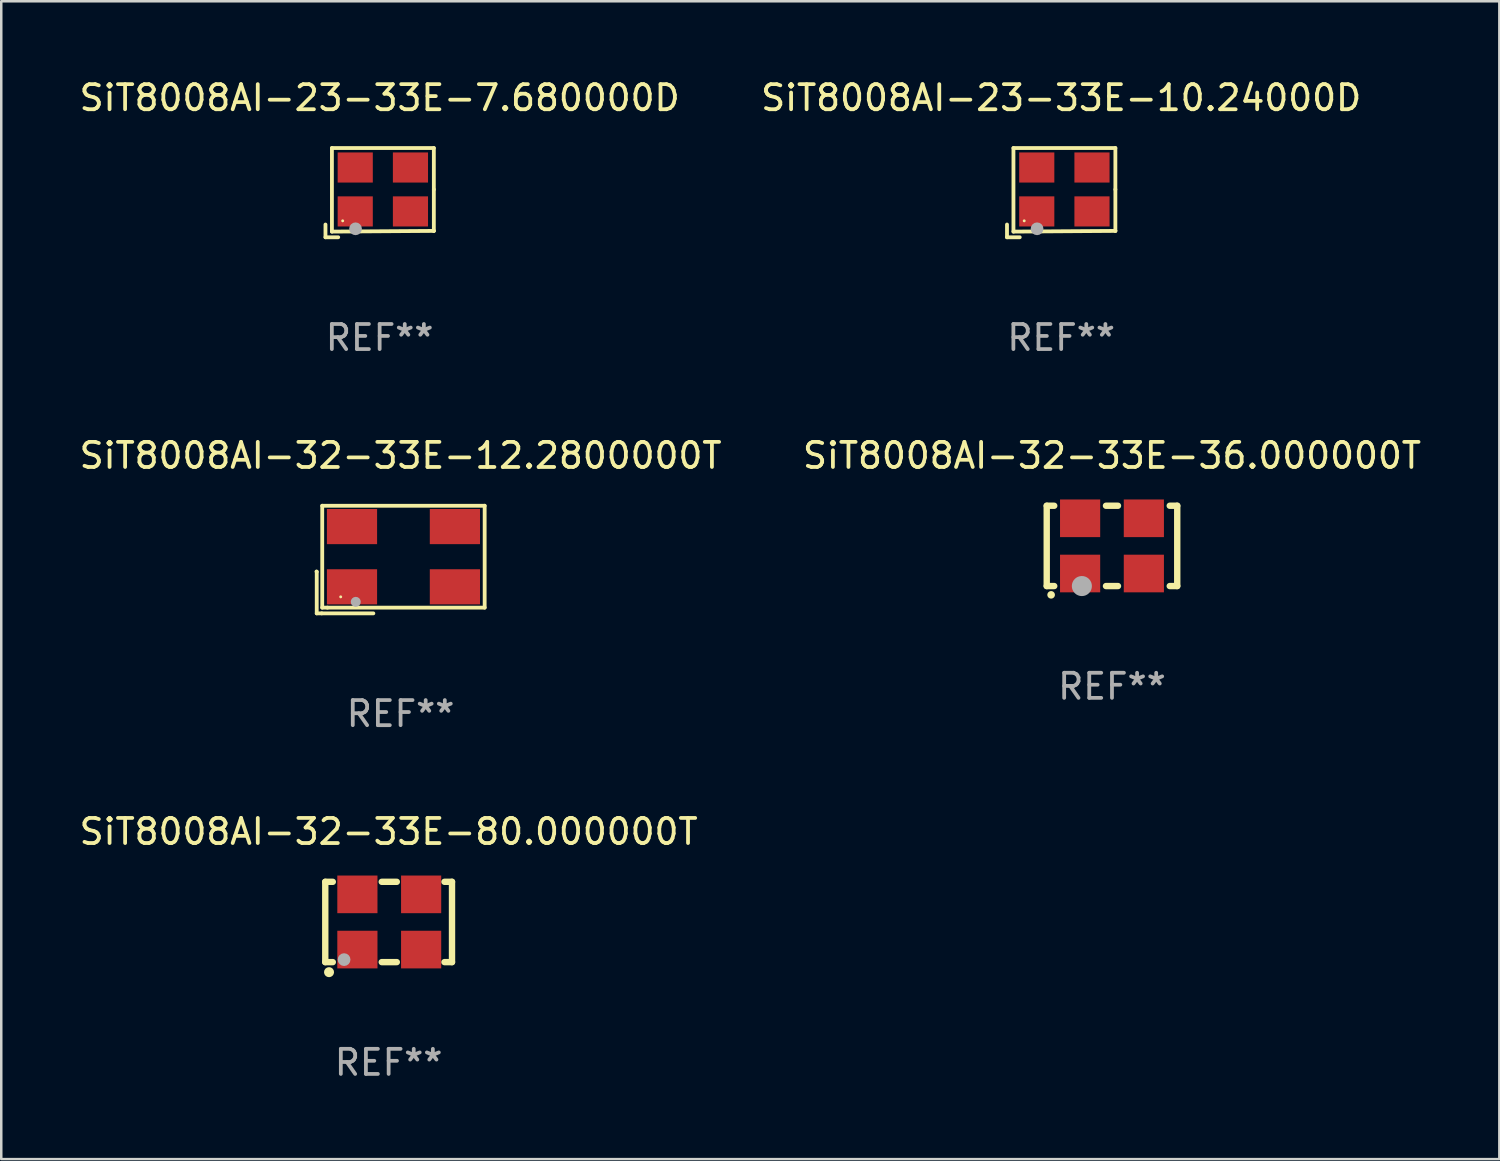
<source format=kicad_pcb>
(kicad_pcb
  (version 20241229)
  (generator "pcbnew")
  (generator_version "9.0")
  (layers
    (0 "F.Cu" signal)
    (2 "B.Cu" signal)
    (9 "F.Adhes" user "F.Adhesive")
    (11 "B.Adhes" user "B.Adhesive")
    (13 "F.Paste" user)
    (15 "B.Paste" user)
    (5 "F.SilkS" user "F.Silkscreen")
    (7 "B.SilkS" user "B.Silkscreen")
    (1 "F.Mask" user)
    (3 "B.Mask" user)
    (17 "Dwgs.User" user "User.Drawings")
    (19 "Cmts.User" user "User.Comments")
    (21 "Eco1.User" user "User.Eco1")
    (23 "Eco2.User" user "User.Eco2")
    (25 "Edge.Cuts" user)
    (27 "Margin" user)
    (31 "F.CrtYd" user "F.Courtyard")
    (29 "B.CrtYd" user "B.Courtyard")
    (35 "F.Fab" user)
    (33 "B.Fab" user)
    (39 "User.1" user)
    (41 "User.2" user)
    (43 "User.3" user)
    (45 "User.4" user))
  (footprint "SiT8008AI-32-33E-12.2800000T"
    (layer "F.Cu")
    (at 12.911 19.245)
    (property "Reference" "SiT8008AI-32-33E-12.2800000T" (at 0 -4.144 0) (layer "F.SilkS") (effects (font (size 1 1) (thickness 0.15))))
    (attr through_hole)
    (fp_line (start -3.35 0.476) (end -3.341 0.485) (stroke (width 0.152) (type solid)) (layer "F.SilkS"))
    (fp_line (start -3.341 0.485) (end -3.341 2.144) (stroke (width 0.152) (type solid)) (layer "F.SilkS"))
    (fp_line (start -3.341 2.144) (end -3.143 2.144) (stroke (width 0.152) (type solid)) (layer "F.SilkS"))
    (fp_line (start -3.143 2.144) (end -1.085 2.144) (stroke (width 0.152) (type solid)) (layer "F.SilkS"))
    (fp_line (start -3.122 -2.144) (end 3.35 -2.144) (stroke (width 0.152) (type solid)) (layer "F.SilkS"))
    (fp_line (start -3.122 1.915) (end -3.122 -2.144) (stroke (width 0.152) (type solid)) (layer "F.SilkS"))
    (fp_line (start -2.914 1.915) (end -3.122 1.915) (stroke (width 0.152) (type solid)) (layer "F.SilkS"))
    (fp_line (start 3.35 -2.144) (end 3.35 1.915) (stroke (width 0.152) (type solid)) (layer "F.SilkS"))
    (fp_line (start 3.35 1.915) (end -2.914 1.915) (stroke (width 0.152) (type solid)) (layer "F.SilkS"))
    (fp_circle (center -2.386 1.486) (end -2.356 1.486) (stroke (width 0.06) (type solid)) (fill no) (layer "F.SilkS"))
    (fp_circle (center -1.786 1.686) (end -1.686 1.686) (stroke (width 0.2) (type solid)) (fill no) (layer "F.Fab"))
    (fp_text user "REF**" (at 0 6.144 0) (layer "F.Fab") (effects (font (size 1 1) (thickness 0.15))))
    (pad "1" smd rect (at -1.936 1.086) (size 2 1.4) (layers "F.Cu" "F.Mask" "F.Paste"))
    (pad "2" smd rect (at 2.164 1.086) (size 2 1.4) (layers "F.Cu" "F.Mask" "F.Paste"))
    (pad "3" smd rect (at 2.164 -1.314) (size 2 1.4) (layers "F.Cu" "F.Mask" "F.Paste"))
    (pad "4" smd rect (at -1.936 -1.314) (size 2 1.4) (layers "F.Cu" "F.Mask" "F.Paste")))
  (footprint "SiT8008AI-32-33E-80.000000T"
    (layer "F.Cu")
    (at 12.435 33.685)
    (property "Reference" "SiT8008AI-32-33E-80.000000T" (at 0 -3.6 0) (layer "F.SilkS") (effects (font (size 1 1) (thickness 0.15))))
    (attr through_hole)
    (fp_line (start -2.525 -1.6) (end -2.225 -1.6) (stroke (width 0.254) (type solid)) (layer "F.SilkS"))
    (fp_line (start -2.525 1.6) (end -2.525 -1.6) (stroke (width 0.254) (type solid)) (layer "F.SilkS"))
    (fp_line (start -2.225 1.6) (end -2.525 1.6) (stroke (width 0.254) (type solid)) (layer "F.SilkS"))
    (fp_line (start -0.275 -1.6) (end 0.325 -1.6) (stroke (width 0.254) (type solid)) (layer "F.SilkS"))
    (fp_line (start -0.275 1.6) (end 0.325 1.6) (stroke (width 0.254) (type solid)) (layer "F.SilkS"))
    (fp_line (start 2.225 -1.6) (end 2.525 -1.6) (stroke (width 0.254) (type solid)) (layer "F.SilkS"))
    (fp_line (start 2.525 -1.6) (end 2.525 1.6) (stroke (width 0.254) (type solid)) (layer "F.SilkS"))
    (fp_line (start 2.525 1.6) (end 2.225 1.6) (stroke (width 0.254) (type solid)) (layer "F.SilkS"))
    (fp_circle (center -2.475 1.65) (end -2.445 1.65) (stroke (width 0.06) (type solid)) (fill no) (layer "F.SilkS"))
    (fp_circle (center -2.375 2) (end -2.275 2) (stroke (width 0.2) (type solid)) (fill no) (layer "F.SilkS"))
    (fp_circle (center -1.775 1.5) (end -1.648 1.5) (stroke (width 0.254) (type solid)) (fill no) (layer "F.Fab"))
    (fp_text user "REF**" (at 0 5.6 0) (layer "F.Fab") (effects (font (size 1 1) (thickness 0.15))))
    (pad "1" smd rect (at -1.245 1.1) (size 1.6 1.5) (layers "F.Cu" "F.Mask" "F.Paste"))
    (pad "2" smd rect (at 1.295 1.1) (size 1.6 1.5) (layers "F.Cu" "F.Mask" "F.Paste"))
    (pad "3" smd rect (at 1.295 -1.1 180) (size 1.6 1.5) (layers "F.Cu" "F.Mask" "F.Paste"))
    (pad "4" smd rect (at -1.245 -1.1) (size 1.6 1.5) (layers "F.Cu" "F.Mask" "F.Paste")))
  (footprint "SiT8008AI-23-33E-7.680000D"
    (layer "F.Cu")
    (at 12.077 4.626)
    (property "Reference" "SiT8008AI-23-33E-7.680000D" (at 0 -3.778 0) (layer "F.SilkS") (effects (font (size 1 1) (thickness 0.15))))
    (attr through_hole)
    (fp_line (start -2.159 1.27) (end -2.159 1.778) (stroke (width 0.152) (type solid)) (layer "F.SilkS"))
    (fp_line (start -2.159 1.778) (end -1.651 1.778) (stroke (width 0.152) (type solid)) (layer "F.SilkS"))
    (fp_line (start -1.902 -1.778) (end 2.159 -1.778) (stroke (width 0.152) (type solid)) (layer "F.SilkS"))
    (fp_line (start -1.902 1.552) (end -1.902 -1.778) (stroke (width 0.152) (type solid)) (layer "F.SilkS"))
    (fp_line (start 2.159 -1.778) (end 2.159 -0.127) (stroke (width 0.152) (type solid)) (layer "F.SilkS"))
    (fp_line (start 2.159 -0.127) (end 2.159 1.524) (stroke (width 0.152) (type solid)) (layer "F.SilkS"))
    (fp_line (start 2.159 1.524) (end -1.902 1.552) (stroke (width 0.152) (type solid)) (layer "F.SilkS"))
    (fp_line (start 2.159 1.524) (end 2.159 1.524) (stroke (width 0.152) (type solid)) (layer "F.SilkS"))
    (fp_circle (center -1.473 1.123) (end -1.443 1.123) (stroke (width 0.06) (type solid)) (fill no) (layer "F.SilkS"))
    (fp_circle (center -0.961 1.44) (end -0.834 1.44) (stroke (width 0.254) (type solid)) (fill no) (layer "F.Fab"))
    (fp_text user "REF**" (at 0 5.778 0) (layer "F.Fab") (effects (font (size 1 1) (thickness 0.15))))
    (pad "1" smd rect (at -0.973 0.748) (size 1.4 1.2) (layers "F.Cu" "F.Mask" "F.Paste"))
    (pad "2" smd rect (at 1.227 0.748) (size 1.4 1.2) (layers "F.Cu" "F.Mask" "F.Paste"))
    (pad "3" smd rect (at 1.227 -1.002) (size 1.4 1.2) (layers "F.Cu" "F.Mask" "F.Paste"))
    (pad "4" smd rect (at -0.973 -1.002) (size 1.4 1.2) (layers "F.Cu" "F.Mask" "F.Paste")))
  (footprint "SiT8008AI-23-33E-10.24000D"
    (layer "F.Cu")
    (at 39.232 4.626)
    (property "Reference" "SiT8008AI-23-33E-10.24000D" (at 0 -3.778 0) (layer "F.SilkS") (effects (font (size 1 1) (thickness 0.15))))
    (attr through_hole)
    (fp_line (start -2.159 1.27) (end -2.159 1.778) (stroke (width 0.152) (type solid)) (layer "F.SilkS"))
    (fp_line (start -2.159 1.778) (end -1.651 1.778) (stroke (width 0.152) (type solid)) (layer "F.SilkS"))
    (fp_line (start -1.902 -1.778) (end 2.159 -1.778) (stroke (width 0.152) (type solid)) (layer "F.SilkS"))
    (fp_line (start -1.902 1.552) (end -1.902 -1.778) (stroke (width 0.152) (type solid)) (layer "F.SilkS"))
    (fp_line (start 2.159 -1.778) (end 2.159 -0.127) (stroke (width 0.152) (type solid)) (layer "F.SilkS"))
    (fp_line (start 2.159 -0.127) (end 2.159 1.524) (stroke (width 0.152) (type solid)) (layer "F.SilkS"))
    (fp_line (start 2.159 1.524) (end -1.902 1.552) (stroke (width 0.152) (type solid)) (layer "F.SilkS"))
    (fp_line (start 2.159 1.524) (end 2.159 1.524) (stroke (width 0.152) (type solid)) (layer "F.SilkS"))
    (fp_circle (center -1.473 1.123) (end -1.443 1.123) (stroke (width 0.06) (type solid)) (fill no) (layer "F.SilkS"))
    (fp_circle (center -0.961 1.44) (end -0.834 1.44) (stroke (width 0.254) (type solid)) (fill no) (layer "F.Fab"))
    (fp_text user "REF**" (at 0 5.778 0) (layer "F.Fab") (effects (font (size 1 1) (thickness 0.15))))
    (pad "1" smd rect (at -0.973 0.748) (size 1.4 1.2) (layers "F.Cu" "F.Mask" "F.Paste"))
    (pad "2" smd rect (at 1.227 0.748) (size 1.4 1.2) (layers "F.Cu" "F.Mask" "F.Paste"))
    (pad "3" smd rect (at 1.227 -1.002) (size 1.4 1.2) (layers "F.Cu" "F.Mask" "F.Paste"))
    (pad "4" smd rect (at -0.973 -1.002) (size 1.4 1.2) (layers "F.Cu" "F.Mask" "F.Paste")))
  (footprint "SiT8008AI-32-33E-36.000000T"
    (layer "F.Cu")
    (at 41.256 18.701)
    (property "Reference" "SiT8008AI-32-33E-36.000000T" (at 0 -3.6 0) (layer "F.SilkS") (effects (font (size 1 1) (thickness 0.15))))
    (attr through_hole)
    (fp_line (start -2.6 -1.6) (end -2.301 -1.6) (stroke (width 0.254) (type solid)) (layer "F.SilkS"))
    (fp_line (start -2.6 1.6) (end -2.6 -1.6) (stroke (width 0.254) (type solid)) (layer "F.SilkS"))
    (fp_line (start -2.301 1.6) (end -2.6 1.6) (stroke (width 0.254) (type solid)) (layer "F.SilkS"))
    (fp_line (start -0.239 -1.6) (end 0.239 -1.6) (stroke (width 0.254) (type solid)) (layer "F.SilkS"))
    (fp_line (start 0.239 1.6) (end -0.239 1.6) (stroke (width 0.254) (type solid)) (layer "F.SilkS"))
    (fp_line (start 2.301 -1.6) (end 2.6 -1.6) (stroke (width 0.254) (type solid)) (layer "F.SilkS"))
    (fp_line (start 2.6 -1.6) (end 2.6 1.6) (stroke (width 0.254) (type solid)) (layer "F.SilkS"))
    (fp_line (start 2.6 1.6) (end 2.301 1.6) (stroke (width 0.254) (type solid)) (layer "F.SilkS"))
    (fp_arc (start -2.426213 1.949987) (mid -2.424943 1.949982) (end -2.423673 1.949987) (stroke (width 0.3) (type solid)) (layer "F.SilkS"))
    (fp_circle (center -2.5 1.6) (end -2.47 1.6) (stroke (width 0.06) (type solid)) (fill no) (layer "F.SilkS"))
    (fp_circle (center -1.2 1.6) (end -1 1.6) (stroke (width 0.4) (type solid)) (fill no) (layer "F.Fab"))
    (fp_text user "REF**" (at 0 5.6 0) (layer "F.Fab") (effects (font (size 1 1) (thickness 0.15))))
    (pad "1" smd rect (at -1.27 1.1) (size 1.6 1.5) (layers "F.Cu" "F.Mask" "F.Paste"))
    (pad "2" smd rect (at 1.27 1.1) (size 1.6 1.5) (layers "F.Cu" "F.Mask" "F.Paste"))
    (pad "3" smd rect (at 1.27 -1.1) (size 1.6 1.5) (layers "F.Cu" "F.Mask" "F.Paste"))
    (pad "4" smd rect (at -1.27 -1.1) (size 1.6 1.5) (layers "F.Cu" "F.Mask" "F.Paste")))
  (gr_rect
    (start -3 -3)
    (end 56.69 43.133)
    (stroke (width 0.1) (type default))
    (fill no)
    (layer "Edge.Cuts")))
</source>
